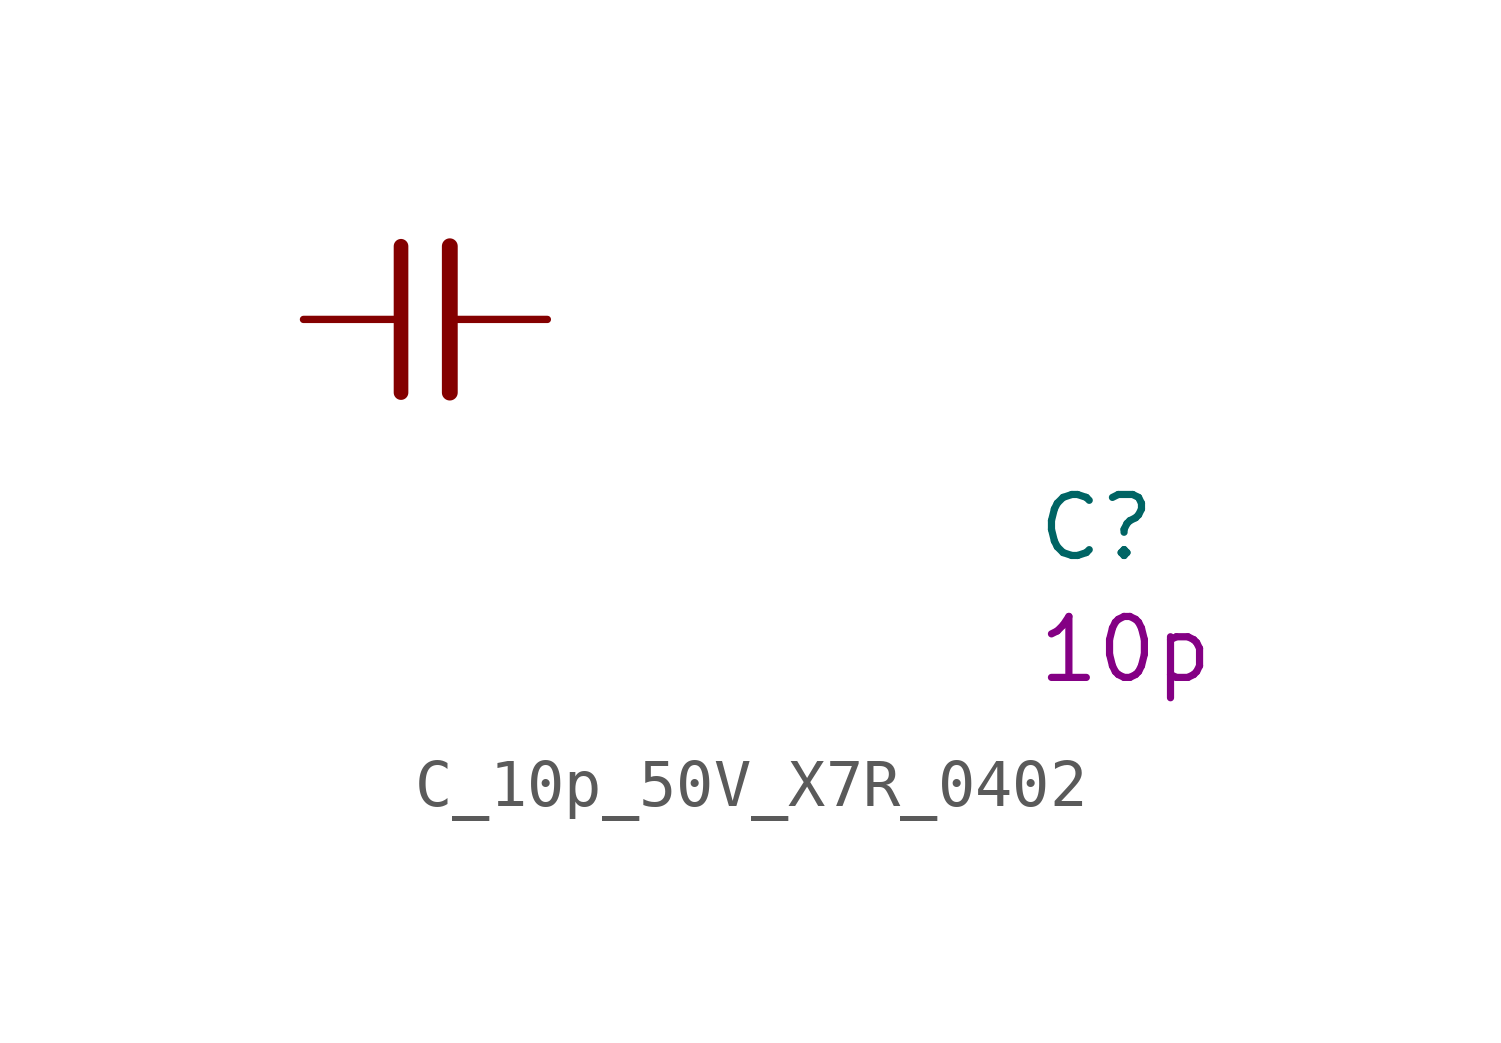
<source format=kicad_sym>
(kicad_symbol_lib
  (version 20220914)
  (generator kicad_symbol_editor)
  (symbol "C_10p_50V_X7R_0402"
    (pin_numbers hide)
    (pin_names hide)
    (property "Reference" "C"
      (at 15.24 -5.08 0)
      (effects (font (size 1.27 1.27) (thickness 0.15)) (justify left bottom)))
    (property "Val" "10p"
      (at 15.24 -7.62 0)
      (effects (font (size 1.27 1.27) (thickness 0.15)) (justify left bottom)))
    (symbol "C_10p_50V_X7R_0402_0_1"
      (polyline (pts (xy 2.032 -1.524) (xy 2.032 1.524)) (stroke (width 0.305) (type default)) (fill (type none)))
      (polyline (pts (xy 3.048 -1.524) (xy 3.048 1.524)) (stroke (width 0.33) (type default)) (fill (type none))))
    (symbol "C_10p_50V_X7R_0402_1_1"
      (pin passive line (at 0 0 0) (length 2.032) (name "~" (effects (font (size 1.27 1.27)))) (number "1" (effects (font (size 1.27 1.27)))))
      (pin passive line (at 5.08 0 180) (length 2.032) (name "~" (effects (font (size 1.27 1.27)))) (number "2" (effects (font (size 1.27 1.27))))))))
</source>
